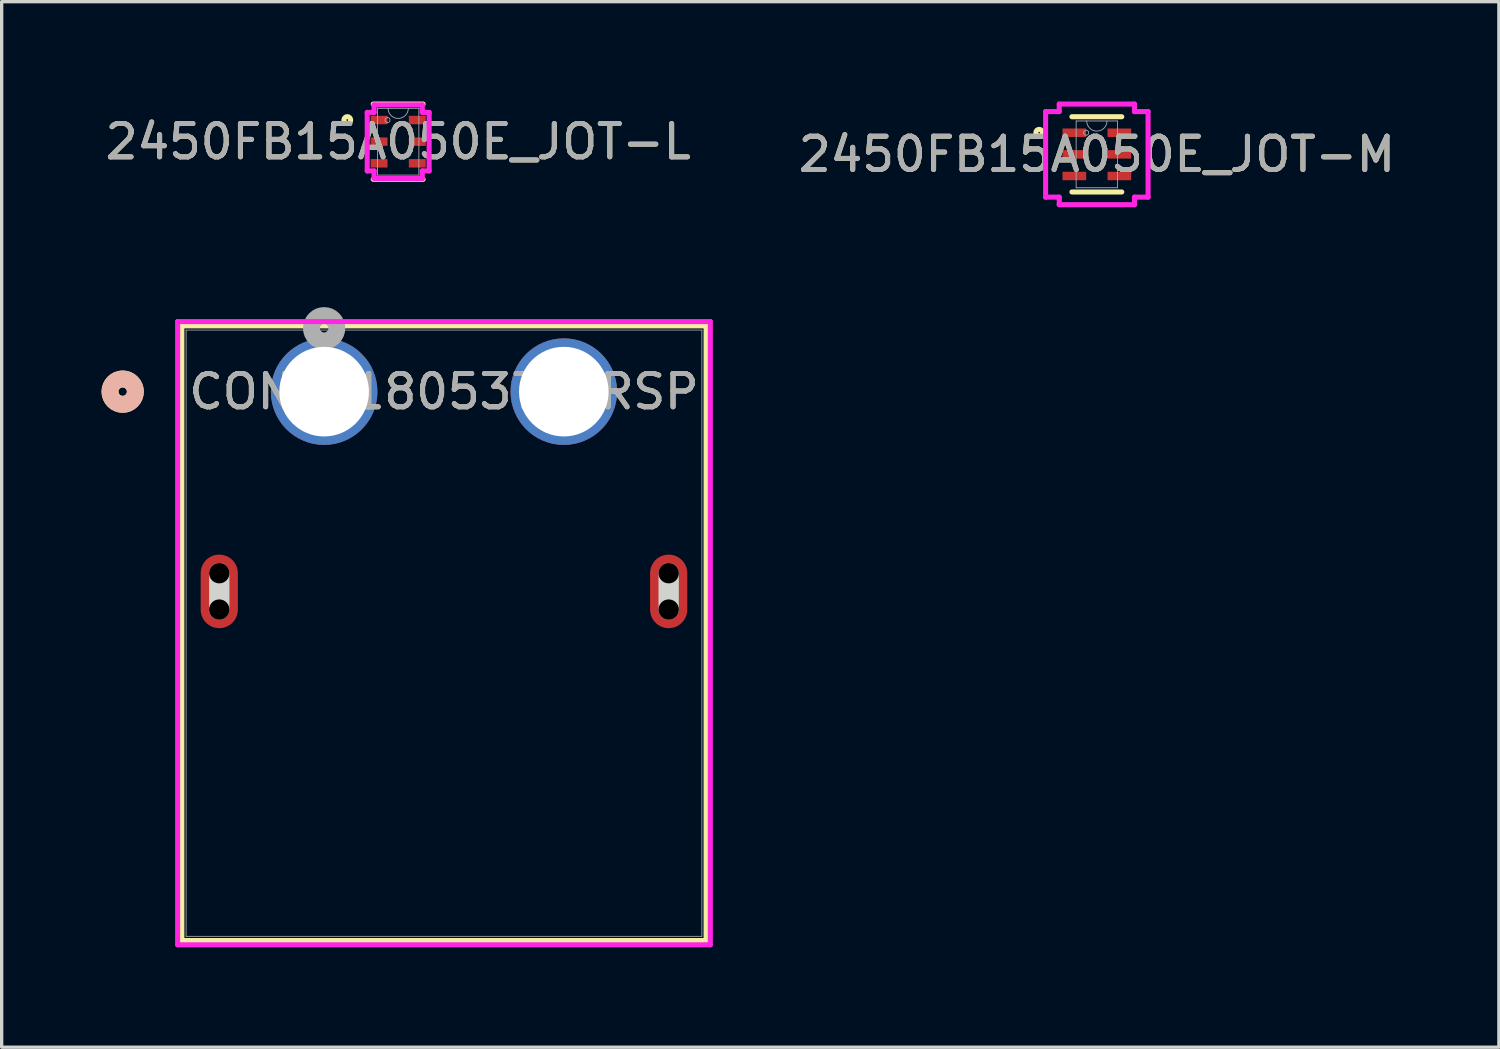
<source format=kicad_pcb>
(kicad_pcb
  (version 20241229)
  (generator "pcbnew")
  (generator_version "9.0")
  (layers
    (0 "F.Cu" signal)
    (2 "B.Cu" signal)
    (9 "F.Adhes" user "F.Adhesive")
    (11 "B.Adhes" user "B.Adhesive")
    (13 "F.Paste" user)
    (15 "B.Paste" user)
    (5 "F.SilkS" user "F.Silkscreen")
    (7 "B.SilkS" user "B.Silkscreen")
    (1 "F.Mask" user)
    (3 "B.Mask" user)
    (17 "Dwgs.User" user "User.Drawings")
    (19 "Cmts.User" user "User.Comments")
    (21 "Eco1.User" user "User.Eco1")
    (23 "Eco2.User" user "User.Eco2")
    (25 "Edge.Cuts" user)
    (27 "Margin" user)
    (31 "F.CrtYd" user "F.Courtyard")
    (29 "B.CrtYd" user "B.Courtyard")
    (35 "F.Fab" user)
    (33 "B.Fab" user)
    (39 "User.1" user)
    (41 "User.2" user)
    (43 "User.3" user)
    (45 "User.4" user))
  (footprint "CONN_1805375_RSP"
    (layer "F.Cu")
    (at 6.687 8.715)
    (property "Reference" "CONN_1805375_RSP" (at 3.6 0 0) (unlocked yes) (layer "F.SilkS") (effects (font (size 1 1) (thickness 0.15))))
    (fp_line (start -4.274 -1.977) (end -4.274 16.489) (stroke (width 0.152) (type solid)) (layer "F.SilkS"))
    (fp_line (start -4.274 16.489) (end 11.474 16.489) (stroke (width 0.152) (type solid)) (layer "F.SilkS"))
    (fp_line (start 11.474 -1.977) (end -4.274 -1.977) (stroke (width 0.152) (type solid)) (layer "F.SilkS"))
    (fp_line (start 11.474 16.489) (end 11.474 -1.977) (stroke (width 0.152) (type solid)) (layer "F.SilkS"))
    (fp_circle (center -6.052 0) (end -5.671 0) (stroke (width 0.508) (type solid)) (fill no) (layer "F.SilkS"))
    (fp_circle (center -6.052 0) (end -5.671 0) (stroke (width 0.508) (type solid)) (fill no) (layer "B.SilkS"))
    (fp_line (start -3.15 6.546) (end -3.15 5.454) (stroke (width 0.61) (type solid)) (layer "Edge.Cuts"))
    (fp_line (start 10.35 6.546) (end 10.35 5.454) (stroke (width 0.61) (type solid)) (layer "Edge.Cuts"))
    (fp_line (start -4.401 -2.104) (end -4.401 16.616) (stroke (width 0.152) (type solid)) (layer "F.CrtYd"))
    (fp_line (start -4.401 16.616) (end 11.601 16.616) (stroke (width 0.152) (type solid)) (layer "F.CrtYd"))
    (fp_line (start 11.601 -2.104) (end -4.401 -2.104) (stroke (width 0.152) (type solid)) (layer "F.CrtYd"))
    (fp_line (start 11.601 16.616) (end 11.601 -2.104) (stroke (width 0.152) (type solid)) (layer "F.CrtYd"))
    (fp_line (start -4.147 -1.85) (end -4.147 16.362) (stroke (width 0.025) (type solid)) (layer "F.Fab"))
    (fp_line (start -4.147 16.362) (end 11.347 16.362) (stroke (width 0.025) (type solid)) (layer "F.Fab"))
    (fp_line (start 11.347 -1.85) (end -4.147 -1.85) (stroke (width 0.025) (type solid)) (layer "F.Fab"))
    (fp_line (start 11.347 16.362) (end 11.347 -1.85) (stroke (width 0.025) (type solid)) (layer "F.Fab"))
    (fp_circle (center 0 -1.905) (end 0.381 -1.905) (stroke (width 0.508) (type solid)) (fill no) (layer "F.Fab"))
    (fp_text user "${REFERENCE}" (at 3.6 0 0) (unlocked yes) (layer "F.Fab") (effects (font (size 1 1) (thickness 0.15))))
    (pad "" np_thru_hole circle (at -3.15 5.454) (size 0.61 0.61) (drill 0.61) (layers))
    (pad "" np_thru_hole circle (at -3.15 6.546) (size 0.61 0.61) (drill 0.61) (layers))
    (pad "" np_thru_hole circle (at 10.35 5.454) (size 0.61 0.61) (drill 0.61) (layers))
    (pad "" np_thru_hole circle (at 10.35 6.546) (size 0.61 0.61) (drill 0.61) (layers))
    (pad "1" thru_hole circle (at 0 0) (size 3.2 3.2) (drill 2.692) (layers "*.Cu" "*.Mask"))
    (pad "2" thru_hole circle (at 7.2 0) (size 3.2 3.2) (drill 2.692) (layers "*.Cu" "*.Mask"))
    (pad "3" smd oval (at -3.15 6) (size 1.118 2.21) (layers "F.Cu" "F.Mask" "F.Paste"))
    (pad "4" smd oval (at 10.35 6) (size 1.118 2.21) (layers "F.Cu" "F.Mask" "F.Paste")))
  (footprint "2450FB15A050E_JOT-L"
    (layer "F.Cu")
    (at 8.911 1.206)
    (property "Reference" "2450FB15A050E_JOT-L" (at 0 0 0) (unlocked yes) (layer "F.SilkS") (effects (font (size 1 1) (thickness 0.15))))
    (attr smd)
    (fp_line (start -0.749 1.13) (end 0.749 1.13) (stroke (width 0.152) (type solid)) (layer "F.SilkS"))
    (fp_line (start 0.749 -1.13) (end -0.749 -1.13) (stroke (width 0.152) (type solid)) (layer "F.SilkS"))
    (fp_circle (center -1.529 -0.65) (end -1.427 -0.65) (stroke (width 0.152) (type solid)) (fill no) (layer "F.SilkS"))
    (fp_line (start -0.93 -0.879) (end -0.724 -0.879) (stroke (width 0.152) (type solid)) (layer "F.CrtYd"))
    (fp_line (start -0.93 0.879) (end -0.93 -0.879) (stroke (width 0.152) (type solid)) (layer "F.CrtYd"))
    (fp_line (start -0.93 0.879) (end -0.724 0.879) (stroke (width 0.152) (type solid)) (layer "F.CrtYd"))
    (fp_line (start -0.724 -1.105) (end 0.724 -1.105) (stroke (width 0.152) (type solid)) (layer "F.CrtYd"))
    (fp_line (start -0.724 -0.879) (end -0.724 -1.105) (stroke (width 0.152) (type solid)) (layer "F.CrtYd"))
    (fp_line (start -0.724 1.105) (end -0.724 0.879) (stroke (width 0.152) (type solid)) (layer "F.CrtYd"))
    (fp_line (start 0.724 -1.105) (end 0.724 -0.879) (stroke (width 0.152) (type solid)) (layer "F.CrtYd"))
    (fp_line (start 0.724 0.879) (end 0.724 1.105) (stroke (width 0.152) (type solid)) (layer "F.CrtYd"))
    (fp_line (start 0.724 1.105) (end -0.724 1.105) (stroke (width 0.152) (type solid)) (layer "F.CrtYd"))
    (fp_line (start 0.93 -0.879) (end 0.724 -0.879) (stroke (width 0.152) (type solid)) (layer "F.CrtYd"))
    (fp_line (start 0.93 -0.879) (end 0.93 0.879) (stroke (width 0.152) (type solid)) (layer "F.CrtYd"))
    (fp_line (start 0.93 0.879) (end 0.724 0.879) (stroke (width 0.152) (type solid)) (layer "F.CrtYd"))
    (fp_line (start -0.622 -1.003) (end -0.622 1.003) (stroke (width 0.025) (type solid)) (layer "F.Fab"))
    (fp_line (start -0.622 1.003) (end 0.622 1.003) (stroke (width 0.025) (type solid)) (layer "F.Fab"))
    (fp_line (start 0.622 -1.003) (end -0.622 -1.003) (stroke (width 0.025) (type solid)) (layer "F.Fab"))
    (fp_line (start 0.622 1.003) (end 0.622 -1.003) (stroke (width 0.025) (type solid)) (layer "F.Fab"))
    (fp_arc (start 0.3048 -1.0033) (mid 0 -0.6985) (end -0.3048 -1.0033) (stroke (width 0.0254) (type solid)) (layer "F.Fab"))
    (fp_circle (center -0.32 -0.65) (end -0.244 -0.65) (stroke (width 0.025) (type solid)) (fill no) (layer "F.Fab"))
    (fp_text user "${REFERENCE}" (at 0 0 0) (unlocked yes) (layer "F.Fab") (effects (font (size 1 1) (thickness 0.15))))
    (pad "1" smd rect (at -0.574 -0.65) (size 0.508 0.254) (layers "F.Cu" "F.Mask" "F.Paste"))
    (pad "2" smd rect (at -0.574 0) (size 0.508 0.254) (layers "F.Cu" "F.Mask" "F.Paste"))
    (pad "3" smd rect (at -0.574 0.65) (size 0.508 0.254) (layers "F.Cu" "F.Mask" "F.Paste"))
    (pad "4" smd rect (at 0.574 0.65) (size 0.508 0.254) (layers "F.Cu" "F.Mask" "F.Paste"))
    (pad "5" smd rect (at 0.574 0) (size 0.508 0.254) (layers "F.Cu" "F.Mask" "F.Paste"))
    (pad "6" smd rect (at 0.574 -0.65) (size 0.508 0.254) (layers "F.Cu" "F.Mask" "F.Paste")))
  (footprint "2450FB15A050E_JOT-M"
    (layer "F.Cu")
    (at 29.899 1.587)
    (property "Reference" "2450FB15A050E_JOT-M" (at 0 0 0) (unlocked yes) (layer "F.SilkS") (effects (font (size 1 1) (thickness 0.15))))
    (attr smd)
    (fp_line (start -0.749 1.13) (end 0.749 1.13) (stroke (width 0.152) (type solid)) (layer "F.SilkS"))
    (fp_line (start 0.749 -1.13) (end -0.749 -1.13) (stroke (width 0.152) (type solid)) (layer "F.SilkS"))
    (fp_circle (center -1.732 -0.65) (end -1.631 -0.65) (stroke (width 0.152) (type solid)) (fill no) (layer "F.SilkS"))
    (fp_line (start -1.539 -1.285) (end -1.13 -1.285) (stroke (width 0.152) (type solid)) (layer "F.CrtYd"))
    (fp_line (start -1.539 1.285) (end -1.539 -1.285) (stroke (width 0.152) (type solid)) (layer "F.CrtYd"))
    (fp_line (start -1.539 1.285) (end -1.13 1.285) (stroke (width 0.152) (type solid)) (layer "F.CrtYd"))
    (fp_line (start -1.13 -1.511) (end 1.13 -1.511) (stroke (width 0.152) (type solid)) (layer "F.CrtYd"))
    (fp_line (start -1.13 -1.285) (end -1.13 -1.511) (stroke (width 0.152) (type solid)) (layer "F.CrtYd"))
    (fp_line (start -1.13 1.511) (end -1.13 1.285) (stroke (width 0.152) (type solid)) (layer "F.CrtYd"))
    (fp_line (start 1.13 -1.511) (end 1.13 -1.285) (stroke (width 0.152) (type solid)) (layer "F.CrtYd"))
    (fp_line (start 1.13 1.285) (end 1.13 1.511) (stroke (width 0.152) (type solid)) (layer "F.CrtYd"))
    (fp_line (start 1.13 1.511) (end -1.13 1.511) (stroke (width 0.152) (type solid)) (layer "F.CrtYd"))
    (fp_line (start 1.539 -1.285) (end 1.13 -1.285) (stroke (width 0.152) (type solid)) (layer "F.CrtYd"))
    (fp_line (start 1.539 -1.285) (end 1.539 1.285) (stroke (width 0.152) (type solid)) (layer "F.CrtYd"))
    (fp_line (start 1.539 1.285) (end 1.13 1.285) (stroke (width 0.152) (type solid)) (layer "F.CrtYd"))
    (fp_line (start -0.622 -1.003) (end -0.622 1.003) (stroke (width 0.025) (type solid)) (layer "F.Fab"))
    (fp_line (start -0.622 1.003) (end 0.622 1.003) (stroke (width 0.025) (type solid)) (layer "F.Fab"))
    (fp_line (start 0.622 -1.003) (end -0.622 -1.003) (stroke (width 0.025) (type solid)) (layer "F.Fab"))
    (fp_line (start 0.622 1.003) (end 0.622 -1.003) (stroke (width 0.025) (type solid)) (layer "F.Fab"))
    (fp_arc (start 0.3048 -1.0033) (mid 0 -0.6985) (end -0.3048 -1.0033) (stroke (width 0.0254) (type solid)) (layer "F.Fab"))
    (fp_circle (center -0.32 -0.65) (end -0.244 -0.65) (stroke (width 0.025) (type solid)) (fill no) (layer "F.Fab"))
    (fp_text user "${REFERENCE}" (at 0 0 0) (unlocked yes) (layer "F.Fab") (effects (font (size 1 1) (thickness 0.15))))
    (pad "1" smd rect (at -0.676 -0.65) (size 0.711 0.254) (layers "F.Cu" "F.Mask" "F.Paste"))
    (pad "2" smd rect (at -0.676 0) (size 0.711 0.254) (layers "F.Cu" "F.Mask" "F.Paste"))
    (pad "3" smd rect (at -0.676 0.65) (size 0.711 0.254) (layers "F.Cu" "F.Mask" "F.Paste"))
    (pad "4" smd rect (at 0.676 0.65) (size 0.711 0.254) (layers "F.Cu" "F.Mask" "F.Paste"))
    (pad "5" smd rect (at 0.676 0) (size 0.711 0.254) (layers "F.Cu" "F.Mask" "F.Paste"))
    (pad "6" smd rect (at 0.676 -0.65) (size 0.711 0.254) (layers "F.Cu" "F.Mask" "F.Paste")))
  (gr_rect
    (start -3 -3)
    (end 41.976 28.407)
    (stroke (width 0.1) (type default))
    (fill no)
    (layer "Edge.Cuts")))
</source>
